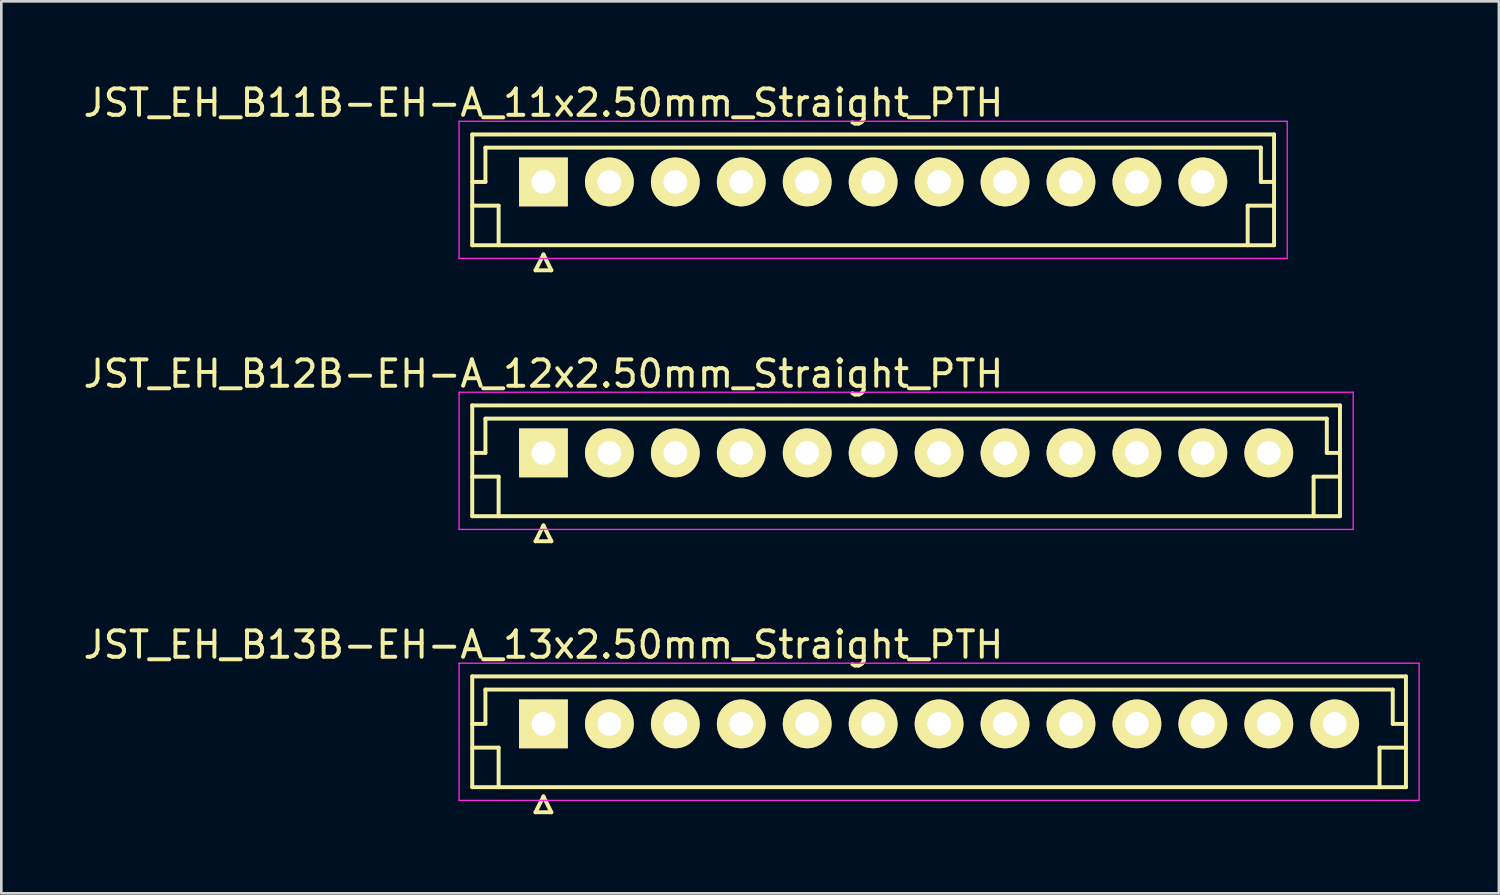
<source format=kicad_pcb>
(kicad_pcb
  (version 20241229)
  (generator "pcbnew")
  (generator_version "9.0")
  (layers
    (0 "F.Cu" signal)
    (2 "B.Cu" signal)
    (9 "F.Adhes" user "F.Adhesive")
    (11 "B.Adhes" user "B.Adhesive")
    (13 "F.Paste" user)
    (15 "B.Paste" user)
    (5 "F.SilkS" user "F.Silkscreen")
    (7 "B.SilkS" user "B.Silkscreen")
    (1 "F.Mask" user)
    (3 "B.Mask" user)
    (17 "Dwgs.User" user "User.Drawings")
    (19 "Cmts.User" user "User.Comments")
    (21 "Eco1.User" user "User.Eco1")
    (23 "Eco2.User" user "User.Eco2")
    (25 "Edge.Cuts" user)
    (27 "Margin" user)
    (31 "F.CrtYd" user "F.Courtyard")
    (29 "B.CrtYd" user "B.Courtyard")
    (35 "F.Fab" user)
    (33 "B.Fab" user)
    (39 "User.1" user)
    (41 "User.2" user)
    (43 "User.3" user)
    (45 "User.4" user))
  (footprint "JST_EH_B11B-EH-A_11x2.50mm_Straight_PTH"
    (layer "F.Cu")
    (at 17.554 3.848)
    (property "Reference" "JST_EH_B11B-EH-A_11x2.50mm_Straight_PTH" (at 0 -3 0) (layer "F.SilkS") (effects (font (size 1 1) (thickness 0.15))))
    (attr through_hole)
    (fp_line (start -2.7 -1.8) (end -2.7 2.4) (stroke (width 0.15) (type solid)) (layer "F.SilkS"))
    (fp_line (start -2.7 0) (end -2.2 0) (stroke (width 0.15) (type solid)) (layer "F.SilkS"))
    (fp_line (start -2.7 0.9) (end -1.7 0.9) (stroke (width 0.15) (type solid)) (layer "F.SilkS"))
    (fp_line (start -2.7 2.4) (end 27.7 2.4) (stroke (width 0.15) (type solid)) (layer "F.SilkS"))
    (fp_line (start -2.2 -1.3) (end 27.2 -1.3) (stroke (width 0.15) (type solid)) (layer "F.SilkS"))
    (fp_line (start -2.2 0) (end -2.2 -1.3) (stroke (width 0.15) (type solid)) (layer "F.SilkS"))
    (fp_line (start -1.7 0.9) (end -1.7 2.4) (stroke (width 0.15) (type solid)) (layer "F.SilkS"))
    (fp_line (start -0.3 3.35) (end 0.3 3.35) (stroke (width 0.15) (type solid)) (layer "F.SilkS"))
    (fp_line (start 0 2.75) (end -0.3 3.35) (stroke (width 0.15) (type solid)) (layer "F.SilkS"))
    (fp_line (start 0.3 3.35) (end 0 2.75) (stroke (width 0.15) (type solid)) (layer "F.SilkS"))
    (fp_line (start 26.7 0.9) (end 26.7 2.4) (stroke (width 0.15) (type solid)) (layer "F.SilkS"))
    (fp_line (start 27.2 -1.3) (end 27.2 0) (stroke (width 0.15) (type solid)) (layer "F.SilkS"))
    (fp_line (start 27.2 0) (end 27.7 0) (stroke (width 0.15) (type solid)) (layer "F.SilkS"))
    (fp_line (start 27.7 -1.8) (end -2.7 -1.8) (stroke (width 0.15) (type solid)) (layer "F.SilkS"))
    (fp_line (start 27.7 0.9) (end 26.7 0.9) (stroke (width 0.15) (type solid)) (layer "F.SilkS"))
    (fp_line (start 27.7 2.4) (end 27.7 -1.8) (stroke (width 0.15) (type solid)) (layer "F.SilkS"))
    (fp_line (start -3.2 -2.3) (end -3.2 2.9) (stroke (width 0.05) (type solid)) (layer "F.CrtYd"))
    (fp_line (start -3.2 2.9) (end 28.2 2.9) (stroke (width 0.05) (type solid)) (layer "F.CrtYd"))
    (fp_line (start 28.2 -2.3) (end -3.2 -2.3) (stroke (width 0.05) (type solid)) (layer "F.CrtYd"))
    (fp_line (start 28.2 2.9) (end 28.2 -2.3) (stroke (width 0.05) (type solid)) (layer "F.CrtYd"))
    (pad "1" thru_hole rect (at 0 0) (size 1.85 1.85) (drill 0.9) (layers "*.Cu" "*.Mask" "F.SilkS"))
    (pad "2" thru_hole circle (at 2.5 0) (size 1.85 1.85) (drill 0.9) (layers "*.Cu" "*.Mask" "F.SilkS"))
    (pad "3" thru_hole circle (at 5 0) (size 1.85 1.85) (drill 0.9) (layers "*.Cu" "*.Mask" "F.SilkS"))
    (pad "4" thru_hole circle (at 7.5 0) (size 1.85 1.85) (drill 0.9) (layers "*.Cu" "*.Mask" "F.SilkS"))
    (pad "5" thru_hole circle (at 10 0) (size 1.85 1.85) (drill 0.9) (layers "*.Cu" "*.Mask" "F.SilkS"))
    (pad "6" thru_hole circle (at 12.5 0) (size 1.85 1.85) (drill 0.9) (layers "*.Cu" "*.Mask" "F.SilkS"))
    (pad "7" thru_hole circle (at 15 0) (size 1.85 1.85) (drill 0.9) (layers "*.Cu" "*.Mask" "F.SilkS"))
    (pad "8" thru_hole circle (at 17.5 0) (size 1.85 1.85) (drill 0.9) (layers "*.Cu" "*.Mask" "F.SilkS"))
    (pad "9" thru_hole circle (at 20 0) (size 1.85 1.85) (drill 0.9) (layers "*.Cu" "*.Mask" "F.SilkS"))
    (pad "10" thru_hole circle (at 22.5 0) (size 1.85 1.85) (drill 0.9) (layers "*.Cu" "*.Mask" "F.SilkS"))
    (pad "11" thru_hole circle (at 25 0) (size 1.85 1.85) (drill 0.9) (layers "*.Cu" "*.Mask" "F.SilkS")))
  (footprint "JST_EH_B12B-EH-A_12x2.50mm_Straight_PTH"
    (layer "F.Cu")
    (at 17.554 14.121)
    (property "Reference" "JST_EH_B12B-EH-A_12x2.50mm_Straight_PTH" (at 0 -3 0) (layer "F.SilkS") (effects (font (size 1 1) (thickness 0.15))))
    (attr through_hole)
    (fp_line (start -2.7 -1.8) (end -2.7 2.4) (stroke (width 0.15) (type solid)) (layer "F.SilkS"))
    (fp_line (start -2.7 0) (end -2.2 0) (stroke (width 0.15) (type solid)) (layer "F.SilkS"))
    (fp_line (start -2.7 0.9) (end -1.7 0.9) (stroke (width 0.15) (type solid)) (layer "F.SilkS"))
    (fp_line (start -2.7 2.4) (end 30.2 2.4) (stroke (width 0.15) (type solid)) (layer "F.SilkS"))
    (fp_line (start -2.2 -1.3) (end 29.7 -1.3) (stroke (width 0.15) (type solid)) (layer "F.SilkS"))
    (fp_line (start -2.2 0) (end -2.2 -1.3) (stroke (width 0.15) (type solid)) (layer "F.SilkS"))
    (fp_line (start -1.7 0.9) (end -1.7 2.4) (stroke (width 0.15) (type solid)) (layer "F.SilkS"))
    (fp_line (start -0.3 3.35) (end 0.3 3.35) (stroke (width 0.15) (type solid)) (layer "F.SilkS"))
    (fp_line (start 0 2.75) (end -0.3 3.35) (stroke (width 0.15) (type solid)) (layer "F.SilkS"))
    (fp_line (start 0.3 3.35) (end 0 2.75) (stroke (width 0.15) (type solid)) (layer "F.SilkS"))
    (fp_line (start 29.2 0.9) (end 29.2 2.4) (stroke (width 0.15) (type solid)) (layer "F.SilkS"))
    (fp_line (start 29.7 -1.3) (end 29.7 0) (stroke (width 0.15) (type solid)) (layer "F.SilkS"))
    (fp_line (start 29.7 0) (end 30.2 0) (stroke (width 0.15) (type solid)) (layer "F.SilkS"))
    (fp_line (start 30.2 -1.8) (end -2.7 -1.8) (stroke (width 0.15) (type solid)) (layer "F.SilkS"))
    (fp_line (start 30.2 0.9) (end 29.2 0.9) (stroke (width 0.15) (type solid)) (layer "F.SilkS"))
    (fp_line (start 30.2 2.4) (end 30.2 -1.8) (stroke (width 0.15) (type solid)) (layer "F.SilkS"))
    (fp_line (start -3.2 -2.3) (end -3.2 2.9) (stroke (width 0.05) (type solid)) (layer "F.CrtYd"))
    (fp_line (start -3.2 2.9) (end 30.7 2.9) (stroke (width 0.05) (type solid)) (layer "F.CrtYd"))
    (fp_line (start 30.7 -2.3) (end -3.2 -2.3) (stroke (width 0.05) (type solid)) (layer "F.CrtYd"))
    (fp_line (start 30.7 2.9) (end 30.7 -2.3) (stroke (width 0.05) (type solid)) (layer "F.CrtYd"))
    (pad "1" thru_hole rect (at 0 0) (size 1.85 1.85) (drill 0.9) (layers "*.Cu" "*.Mask" "F.SilkS"))
    (pad "2" thru_hole circle (at 2.5 0) (size 1.85 1.85) (drill 0.9) (layers "*.Cu" "*.Mask" "F.SilkS"))
    (pad "3" thru_hole circle (at 5 0) (size 1.85 1.85) (drill 0.9) (layers "*.Cu" "*.Mask" "F.SilkS"))
    (pad "4" thru_hole circle (at 7.5 0) (size 1.85 1.85) (drill 0.9) (layers "*.Cu" "*.Mask" "F.SilkS"))
    (pad "5" thru_hole circle (at 10 0) (size 1.85 1.85) (drill 0.9) (layers "*.Cu" "*.Mask" "F.SilkS"))
    (pad "6" thru_hole circle (at 12.5 0) (size 1.85 1.85) (drill 0.9) (layers "*.Cu" "*.Mask" "F.SilkS"))
    (pad "7" thru_hole circle (at 15 0) (size 1.85 1.85) (drill 0.9) (layers "*.Cu" "*.Mask" "F.SilkS"))
    (pad "8" thru_hole circle (at 17.5 0) (size 1.85 1.85) (drill 0.9) (layers "*.Cu" "*.Mask" "F.SilkS"))
    (pad "9" thru_hole circle (at 20 0) (size 1.85 1.85) (drill 0.9) (layers "*.Cu" "*.Mask" "F.SilkS"))
    (pad "10" thru_hole circle (at 22.5 0) (size 1.85 1.85) (drill 0.9) (layers "*.Cu" "*.Mask" "F.SilkS"))
    (pad "11" thru_hole circle (at 25 0) (size 1.85 1.85) (drill 0.9) (layers "*.Cu" "*.Mask" "F.SilkS"))
    (pad "12" thru_hole circle (at 27.5 0) (size 1.85 1.85) (drill 0.9) (layers "*.Cu" "*.Mask" "F.SilkS")))
  (footprint "JST_EH_B13B-EH-A_13x2.50mm_Straight_PTH"
    (layer "F.Cu")
    (at 17.554 24.395)
    (property "Reference" "JST_EH_B13B-EH-A_13x2.50mm_Straight_PTH" (at 0 -3 0) (layer "F.SilkS") (effects (font (size 1 1) (thickness 0.15))))
    (attr through_hole)
    (fp_line (start -2.7 -1.8) (end -2.7 2.4) (stroke (width 0.15) (type solid)) (layer "F.SilkS"))
    (fp_line (start -2.7 0) (end -2.2 0) (stroke (width 0.15) (type solid)) (layer "F.SilkS"))
    (fp_line (start -2.7 0.9) (end -1.7 0.9) (stroke (width 0.15) (type solid)) (layer "F.SilkS"))
    (fp_line (start -2.7 2.4) (end 32.7 2.4) (stroke (width 0.15) (type solid)) (layer "F.SilkS"))
    (fp_line (start -2.2 -1.3) (end 32.2 -1.3) (stroke (width 0.15) (type solid)) (layer "F.SilkS"))
    (fp_line (start -2.2 0) (end -2.2 -1.3) (stroke (width 0.15) (type solid)) (layer "F.SilkS"))
    (fp_line (start -1.7 0.9) (end -1.7 2.4) (stroke (width 0.15) (type solid)) (layer "F.SilkS"))
    (fp_line (start -0.3 3.35) (end 0.3 3.35) (stroke (width 0.15) (type solid)) (layer "F.SilkS"))
    (fp_line (start 0 2.75) (end -0.3 3.35) (stroke (width 0.15) (type solid)) (layer "F.SilkS"))
    (fp_line (start 0.3 3.35) (end 0 2.75) (stroke (width 0.15) (type solid)) (layer "F.SilkS"))
    (fp_line (start 31.7 0.9) (end 31.7 2.4) (stroke (width 0.15) (type solid)) (layer "F.SilkS"))
    (fp_line (start 32.2 -1.3) (end 32.2 0) (stroke (width 0.15) (type solid)) (layer "F.SilkS"))
    (fp_line (start 32.2 0) (end 32.7 0) (stroke (width 0.15) (type solid)) (layer "F.SilkS"))
    (fp_line (start 32.7 -1.8) (end -2.7 -1.8) (stroke (width 0.15) (type solid)) (layer "F.SilkS"))
    (fp_line (start 32.7 0.9) (end 31.7 0.9) (stroke (width 0.15) (type solid)) (layer "F.SilkS"))
    (fp_line (start 32.7 2.4) (end 32.7 -1.8) (stroke (width 0.15) (type solid)) (layer "F.SilkS"))
    (fp_line (start -3.2 -2.3) (end -3.2 2.9) (stroke (width 0.05) (type solid)) (layer "F.CrtYd"))
    (fp_line (start -3.2 2.9) (end 33.2 2.9) (stroke (width 0.05) (type solid)) (layer "F.CrtYd"))
    (fp_line (start 33.2 -2.3) (end -3.2 -2.3) (stroke (width 0.05) (type solid)) (layer "F.CrtYd"))
    (fp_line (start 33.2 2.9) (end 33.2 -2.3) (stroke (width 0.05) (type solid)) (layer "F.CrtYd"))
    (pad "1" thru_hole rect (at 0 0) (size 1.85 1.85) (drill 0.9) (layers "*.Cu" "*.Mask" "F.SilkS"))
    (pad "2" thru_hole circle (at 2.5 0) (size 1.85 1.85) (drill 0.9) (layers "*.Cu" "*.Mask" "F.SilkS"))
    (pad "3" thru_hole circle (at 5 0) (size 1.85 1.85) (drill 0.9) (layers "*.Cu" "*.Mask" "F.SilkS"))
    (pad "4" thru_hole circle (at 7.5 0) (size 1.85 1.85) (drill 0.9) (layers "*.Cu" "*.Mask" "F.SilkS"))
    (pad "5" thru_hole circle (at 10 0) (size 1.85 1.85) (drill 0.9) (layers "*.Cu" "*.Mask" "F.SilkS"))
    (pad "6" thru_hole circle (at 12.5 0) (size 1.85 1.85) (drill 0.9) (layers "*.Cu" "*.Mask" "F.SilkS"))
    (pad "7" thru_hole circle (at 15 0) (size 1.85 1.85) (drill 0.9) (layers "*.Cu" "*.Mask" "F.SilkS"))
    (pad "8" thru_hole circle (at 17.5 0) (size 1.85 1.85) (drill 0.9) (layers "*.Cu" "*.Mask" "F.SilkS"))
    (pad "9" thru_hole circle (at 20 0) (size 1.85 1.85) (drill 0.9) (layers "*.Cu" "*.Mask" "F.SilkS"))
    (pad "10" thru_hole circle (at 22.5 0) (size 1.85 1.85) (drill 0.9) (layers "*.Cu" "*.Mask" "F.SilkS"))
    (pad "11" thru_hole circle (at 25 0) (size 1.85 1.85) (drill 0.9) (layers "*.Cu" "*.Mask" "F.SilkS"))
    (pad "12" thru_hole circle (at 27.5 0) (size 1.85 1.85) (drill 0.9) (layers "*.Cu" "*.Mask" "F.SilkS"))
    (pad "13" thru_hole circle (at 30 0) (size 1.85 1.85) (drill 0.9) (layers "*.Cu" "*.Mask" "F.SilkS")))
  (gr_rect
    (start -3 -3)
    (end 53.779 30.82)
    (stroke (width 0.1) (type default))
    (fill no)
    (layer "Edge.Cuts")))
</source>
